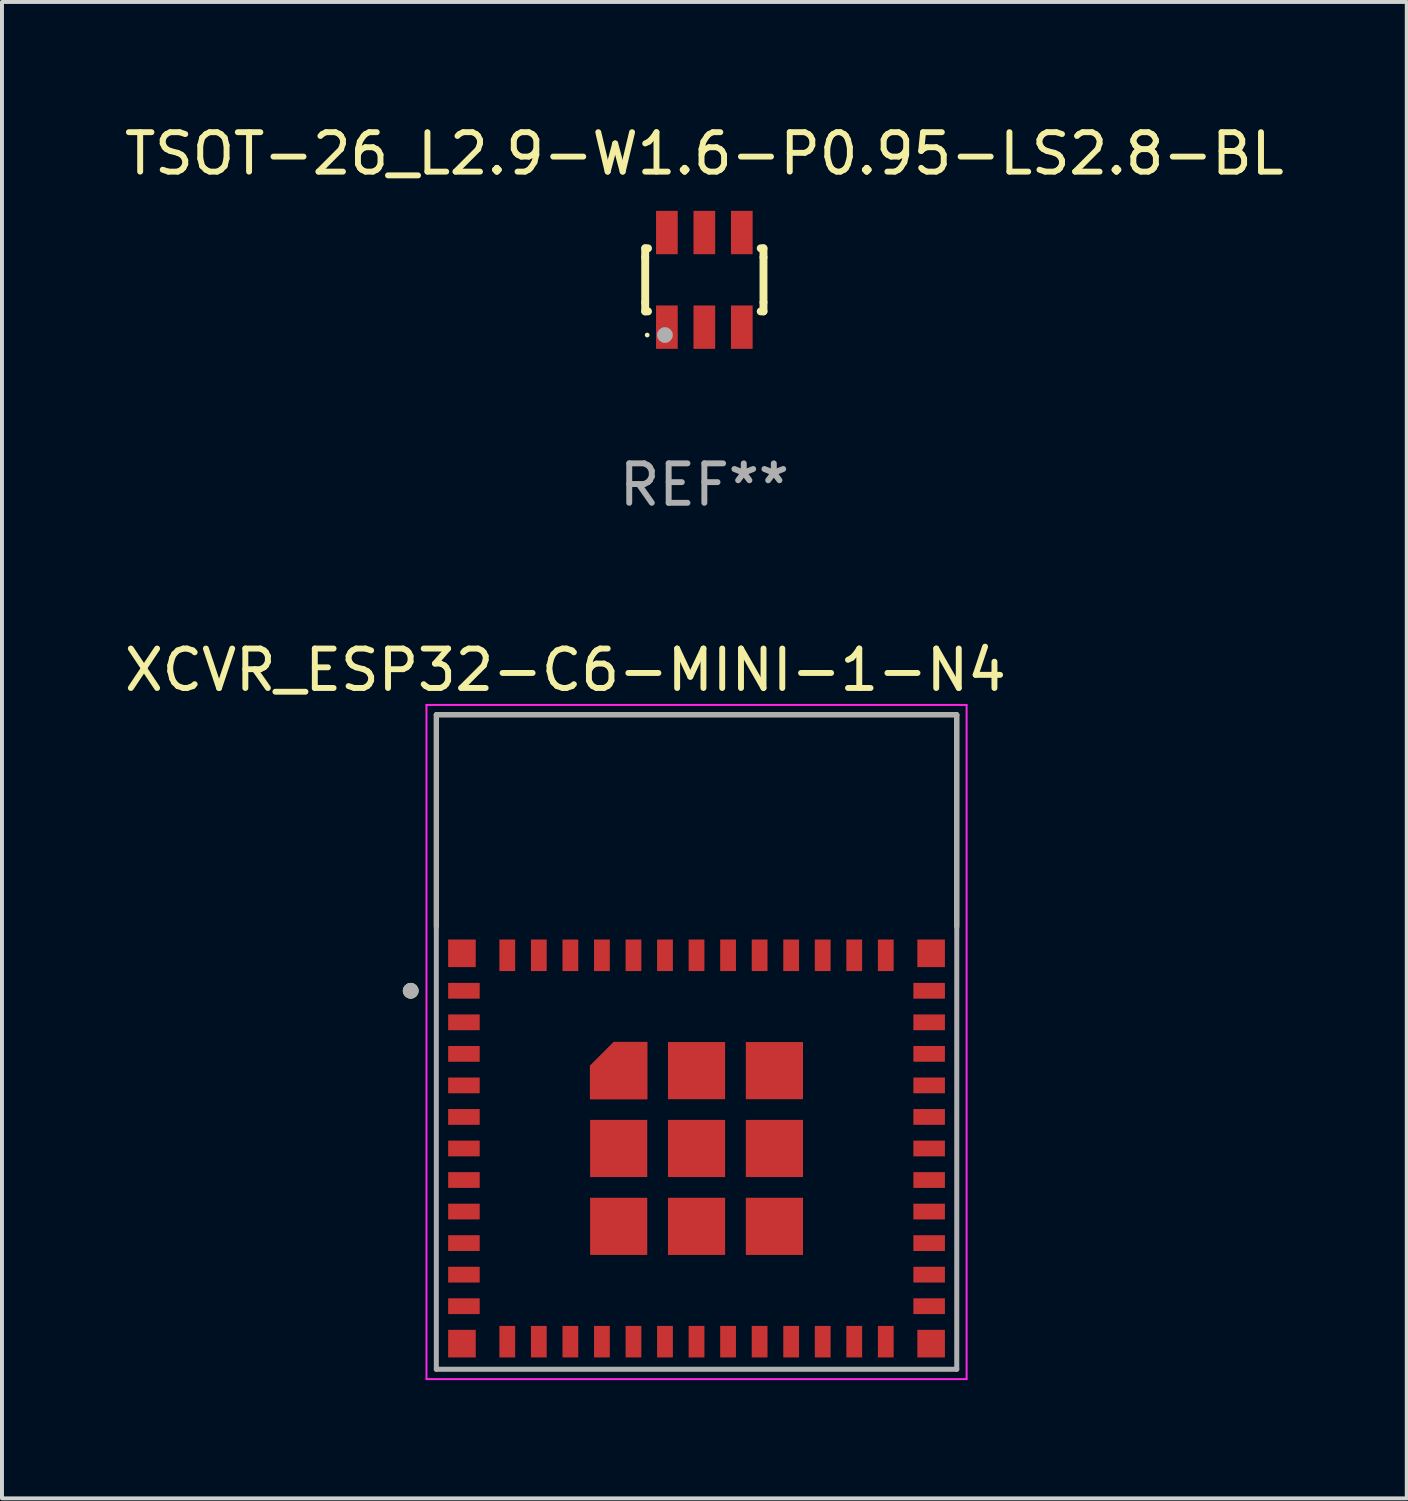
<source format=kicad_pcb>
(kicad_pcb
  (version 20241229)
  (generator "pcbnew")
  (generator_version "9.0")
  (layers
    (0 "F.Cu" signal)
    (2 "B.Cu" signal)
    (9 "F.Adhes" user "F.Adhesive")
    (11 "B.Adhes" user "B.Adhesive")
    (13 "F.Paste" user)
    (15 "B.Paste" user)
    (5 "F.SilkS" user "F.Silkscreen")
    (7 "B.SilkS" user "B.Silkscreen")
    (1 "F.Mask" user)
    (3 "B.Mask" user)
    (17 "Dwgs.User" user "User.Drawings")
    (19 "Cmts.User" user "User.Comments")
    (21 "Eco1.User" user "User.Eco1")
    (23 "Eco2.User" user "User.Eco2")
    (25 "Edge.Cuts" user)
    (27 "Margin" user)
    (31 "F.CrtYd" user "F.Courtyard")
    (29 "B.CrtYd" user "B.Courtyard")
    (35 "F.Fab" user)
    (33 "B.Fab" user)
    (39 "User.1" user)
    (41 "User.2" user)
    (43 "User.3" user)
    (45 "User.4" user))
  (footprint "XCVR_ESP32-C6-MINI-1-N4"
    (layer "F.Cu")
    (at 14.617 26.08)
    (property "Reference" "XCVR_ESP32-C6-MINI-1-N4" (at -3.325 -12.135 0) (layer "F.SilkS") (effects (font (size 1 1) (thickness 0.15))))
    (attr smd)
    (fp_poly (pts (xy -2.8 -1.15) (xy -1.15 -1.15) (xy -1.15 -2.8) (xy -2.15 -2.8) (xy -2.8 -2.15)) (stroke (width 0.01) (type solid)) (fill yes) (layer "F.Mask"))
    (fp_line (start -6.6 -11) (end 6.6 -11) (stroke (width 0.127) (type solid)) (layer "F.SilkS"))
    (fp_line (start -6.6 -5.62) (end -6.6 -11) (stroke (width 0.127) (type solid)) (layer "F.SilkS"))
    (fp_line (start 6.6 -11) (end 6.6 -5.62) (stroke (width 0.127) (type solid)) (layer "F.SilkS"))
    (fp_circle (center -7.25 -4) (end -7.15 -4) (stroke (width 0.2) (type solid)) (fill no) (layer "F.SilkS"))
    (fp_poly (pts (xy -2.7 -1.25) (xy -1.25 -1.25) (xy -1.25 -2.7) (xy -2.1 -2.7) (xy -2.7 -2.1)) (stroke (width 0.01) (type solid)) (fill yes) (layer "F.Paste"))
    (fp_line (start -6.85 -11.25) (end -6.85 5.85) (stroke (width 0.05) (type solid)) (layer "F.CrtYd"))
    (fp_line (start -6.85 5.85) (end 6.85 5.85) (stroke (width 0.05) (type solid)) (layer "F.CrtYd"))
    (fp_line (start 6.85 -11.25) (end -6.85 -11.25) (stroke (width 0.05) (type solid)) (layer "F.CrtYd"))
    (fp_line (start 6.85 5.85) (end 6.85 -11.25) (stroke (width 0.05) (type solid)) (layer "F.CrtYd"))
    (fp_line (start -6.6 -11) (end 6.6 -11) (stroke (width 0.127) (type solid)) (layer "F.Fab"))
    (fp_line (start -6.6 5.6) (end -6.6 -11) (stroke (width 0.127) (type solid)) (layer "F.Fab"))
    (fp_line (start 6.6 -11) (end 6.6 5.6) (stroke (width 0.127) (type solid)) (layer "F.Fab"))
    (fp_line (start 6.6 5.6) (end -6.6 5.6) (stroke (width 0.127) (type solid)) (layer "F.Fab"))
    (fp_circle (center -7.25 -4) (end -7.15 -4) (stroke (width 0.2) (type solid)) (fill no) (layer "F.Fab"))
    (pad "1" smd rect (at -5.9 -4) (size 0.8 0.4) (layers "F.Cu" "F.Mask" "F.Paste"))
    (pad "2" smd rect (at -5.9 -3.2) (size 0.8 0.4) (layers "F.Cu" "F.Mask" "F.Paste"))
    (pad "3" smd rect (at -5.9 -2.4) (size 0.8 0.4) (layers "F.Cu" "F.Mask" "F.Paste"))
    (pad "4" smd rect (at -5.9 -1.6) (size 0.8 0.4) (layers "F.Cu" "F.Mask" "F.Paste"))
    (pad "5" smd rect (at -5.9 -0.8) (size 0.8 0.4) (layers "F.Cu" "F.Mask" "F.Paste"))
    (pad "6" smd rect (at -5.9 0) (size 0.8 0.4) (layers "F.Cu" "F.Mask" "F.Paste"))
    (pad "7" smd rect (at -5.9 0.8) (size 0.8 0.4) (layers "F.Cu" "F.Mask" "F.Paste"))
    (pad "8" smd rect (at -5.9 1.6) (size 0.8 0.4) (layers "F.Cu" "F.Mask" "F.Paste"))
    (pad "9" smd rect (at -5.9 2.4) (size 0.8 0.4) (layers "F.Cu" "F.Mask" "F.Paste"))
    (pad "10" smd rect (at -5.9 3.2) (size 0.8 0.4) (layers "F.Cu" "F.Mask" "F.Paste"))
    (pad "11" smd rect (at -5.9 4) (size 0.8 0.4) (layers "F.Cu" "F.Mask" "F.Paste"))
    (pad "12" smd rect (at -4.8 4.9) (size 0.4 0.8) (layers "F.Cu" "F.Mask" "F.Paste"))
    (pad "13" smd rect (at -4 4.9) (size 0.4 0.8) (layers "F.Cu" "F.Mask" "F.Paste"))
    (pad "14" smd rect (at -3.2 4.9) (size 0.4 0.8) (layers "F.Cu" "F.Mask" "F.Paste"))
    (pad "15" smd rect (at -2.4 4.9) (size 0.4 0.8) (layers "F.Cu" "F.Mask" "F.Paste"))
    (pad "16" smd rect (at -1.6 4.9) (size 0.4 0.8) (layers "F.Cu" "F.Mask" "F.Paste"))
    (pad "17" smd rect (at -0.8 4.9) (size 0.4 0.8) (layers "F.Cu" "F.Mask" "F.Paste"))
    (pad "18" smd rect (at 0 4.9) (size 0.4 0.8) (layers "F.Cu" "F.Mask" "F.Paste"))
    (pad "19" smd rect (at 0.8 4.9) (size 0.4 0.8) (layers "F.Cu" "F.Mask" "F.Paste"))
    (pad "20" smd rect (at 1.6 4.9) (size 0.4 0.8) (layers "F.Cu" "F.Mask" "F.Paste"))
    (pad "21" smd rect (at 2.4 4.9) (size 0.4 0.8) (layers "F.Cu" "F.Mask" "F.Paste"))
    (pad "22" smd rect (at 3.2 4.9) (size 0.4 0.8) (layers "F.Cu" "F.Mask" "F.Paste"))
    (pad "23" smd rect (at 4 4.9) (size 0.4 0.8) (layers "F.Cu" "F.Mask" "F.Paste"))
    (pad "24" smd rect (at 4.8 4.9) (size 0.4 0.8) (layers "F.Cu" "F.Mask" "F.Paste"))
    (pad "25" smd rect (at 5.9 4) (size 0.8 0.4) (layers "F.Cu" "F.Mask" "F.Paste"))
    (pad "26" smd rect (at 5.9 3.2) (size 0.8 0.4) (layers "F.Cu" "F.Mask" "F.Paste"))
    (pad "27" smd rect (at 5.9 2.4) (size 0.8 0.4) (layers "F.Cu" "F.Mask" "F.Paste"))
    (pad "28" smd rect (at 5.9 1.6) (size 0.8 0.4) (layers "F.Cu" "F.Mask" "F.Paste"))
    (pad "29" smd rect (at 5.9 0.8) (size 0.8 0.4) (layers "F.Cu" "F.Mask" "F.Paste"))
    (pad "30" smd rect (at 5.9 0) (size 0.8 0.4) (layers "F.Cu" "F.Mask" "F.Paste"))
    (pad "31" smd rect (at 5.9 -0.8) (size 0.8 0.4) (layers "F.Cu" "F.Mask" "F.Paste"))
    (pad "32" smd rect (at 5.9 -1.6) (size 0.8 0.4) (layers "F.Cu" "F.Mask" "F.Paste"))
    (pad "33" smd rect (at 5.9 -2.4) (size 0.8 0.4) (layers "F.Cu" "F.Mask" "F.Paste"))
    (pad "34" smd rect (at 5.9 -3.2) (size 0.8 0.4) (layers "F.Cu" "F.Mask" "F.Paste"))
    (pad "35" smd rect (at 5.9 -4) (size 0.8 0.4) (layers "F.Cu" "F.Mask" "F.Paste"))
    (pad "36" smd rect (at 4.8 -4.9) (size 0.4 0.8) (layers "F.Cu" "F.Mask" "F.Paste"))
    (pad "37" smd rect (at 4 -4.9) (size 0.4 0.8) (layers "F.Cu" "F.Mask" "F.Paste"))
    (pad "38" smd rect (at 3.2 -4.9) (size 0.4 0.8) (layers "F.Cu" "F.Mask" "F.Paste"))
    (pad "39" smd rect (at 2.4 -4.9) (size 0.4 0.8) (layers "F.Cu" "F.Mask" "F.Paste"))
    (pad "40" smd rect (at 1.6 -4.9) (size 0.4 0.8) (layers "F.Cu" "F.Mask" "F.Paste"))
    (pad "41" smd rect (at 0.8 -4.9) (size 0.4 0.8) (layers "F.Cu" "F.Mask" "F.Paste"))
    (pad "42" smd rect (at 0 -4.9) (size 0.4 0.8) (layers "F.Cu" "F.Mask" "F.Paste"))
    (pad "43" smd rect (at -0.8 -4.9) (size 0.4 0.8) (layers "F.Cu" "F.Mask" "F.Paste"))
    (pad "44" smd rect (at -1.6 -4.9) (size 0.4 0.8) (layers "F.Cu" "F.Mask" "F.Paste"))
    (pad "45" smd rect (at -2.4 -4.9) (size 0.4 0.8) (layers "F.Cu" "F.Mask" "F.Paste"))
    (pad "46" smd rect (at -3.2 -4.9) (size 0.4 0.8) (layers "F.Cu" "F.Mask" "F.Paste"))
    (pad "47" smd rect (at -4 -4.9) (size 0.4 0.8) (layers "F.Cu" "F.Mask" "F.Paste"))
    (pad "48" smd rect (at -4.8 -4.9) (size 0.4 0.8) (layers "F.Cu" "F.Mask" "F.Paste"))
    (pad "49_1" smd custom (at -1.975 -1.975) (size 0.4 0.4) (layers "F.Cu") (options (anchor rect)) (primitives (gr_poly (pts (xy -0.725 0.725) (xy 0.725 0.725) (xy 0.725 -0.725) (xy -0.125 -0.725) (xy -0.725 -0.125)) (width 0.01) (fill yes))))
    (pad "49_2" smd rect (at 0 -1.975) (size 1.45 1.45) (layers "F.Cu" "F.Mask" "F.Paste"))
    (pad "49_3" smd rect (at 1.975 -1.975) (size 1.45 1.45) (layers "F.Cu" "F.Mask" "F.Paste"))
    (pad "49_4" smd rect (at -1.975 0) (size 1.45 1.45) (layers "F.Cu" "F.Mask" "F.Paste"))
    (pad "49_5" smd rect (at 0 0) (size 1.45 1.45) (layers "F.Cu" "F.Mask" "F.Paste"))
    (pad "49_6" smd rect (at 1.975 0) (size 1.45 1.45) (layers "F.Cu" "F.Mask" "F.Paste"))
    (pad "49_7" smd rect (at -1.975 1.975) (size 1.45 1.45) (layers "F.Cu" "F.Mask" "F.Paste"))
    (pad "49_8" smd rect (at 0 1.975) (size 1.45 1.45) (layers "F.Cu" "F.Mask" "F.Paste"))
    (pad "49_9" smd rect (at 1.975 1.975) (size 1.45 1.45) (layers "F.Cu" "F.Mask" "F.Paste"))
    (pad "50" smd rect (at 5.95 -4.95) (size 0.7 0.7) (layers "F.Cu" "F.Mask" "F.Paste"))
    (pad "51" smd rect (at 5.95 4.95) (size 0.7 0.7) (layers "F.Cu" "F.Mask" "F.Paste"))
    (pad "52" smd rect (at -5.95 4.95) (size 0.7 0.7) (layers "F.Cu" "F.Mask" "F.Paste"))
    (pad "53" smd rect (at -5.95 -4.95) (size 0.7 0.7) (layers "F.Cu" "F.Mask" "F.Paste"))
    (zone (net_name "") (layer "F.Cu") (hatch full 0.508) (connect_pads) (min_thickness 0.01) (filled_areas_thickness no) (keepout (tracks not_allowed) (vias not_allowed) (pads not_allowed) (copperpour not_allowed) (footprints allowed)) (placement (enabled no)) (fill) (polygon (pts (xy 8.017 15.08) (xy 21.217 15.08) (xy 21.217 20.48) (xy 8.017 20.48))))
    (zone (net_name "") (layers "F.Cu" "B.Cu") (hatch full 0.508) (connect_pads) (min_thickness 0.01) (filled_areas_thickness no) (keepout (tracks allowed) (vias not_allowed) (pads allowed) (copperpour allowed) (footprints allowed)) (placement (enabled no)) (fill) (polygon (pts (xy 8.017 15.08) (xy 21.217 15.08) (xy 21.217 20.48) (xy 8.017 20.48)))))
  (footprint "TSOT-26_L2.9-W1.6-P0.95-LS2.8-BL"
    (layer "F.Cu")
    (at 14.815 4.048)
    (property "Reference" "TSOT-26_L2.9-W1.6-P0.95-LS2.8-BL" (at 0 -3.2 0) (layer "F.SilkS") (effects (font (size 1 1) (thickness 0.15))))
    (attr smd)
    (fp_line (start -1.5 -0.8) (end -1.429 -0.8) (stroke (width 0.2) (type solid)) (layer "F.SilkS"))
    (fp_line (start -1.5 -0.572) (end -1.5 -0.8) (stroke (width 0.2) (type solid)) (layer "F.SilkS"))
    (fp_line (start -1.5 0.572) (end -1.5 -0.572) (stroke (width 0.2) (type solid)) (layer "F.SilkS"))
    (fp_line (start -1.5 0.572) (end -1.5 0.8) (stroke (width 0.2) (type solid)) (layer "F.SilkS"))
    (fp_line (start -1.5 0.8) (end -1.429 0.8) (stroke (width 0.2) (type solid)) (layer "F.SilkS"))
    (fp_line (start 1.5 -0.8) (end 1.429 -0.8) (stroke (width 0.2) (type solid)) (layer "F.SilkS"))
    (fp_line (start 1.5 -0.572) (end 1.5 -0.8) (stroke (width 0.2) (type solid)) (layer "F.SilkS"))
    (fp_line (start 1.5 -0.572) (end 1.5 0.572) (stroke (width 0.2) (type solid)) (layer "F.SilkS"))
    (fp_line (start 1.5 0.572) (end 1.5 0.8) (stroke (width 0.2) (type solid)) (layer "F.SilkS"))
    (fp_line (start 1.5 0.8) (end 1.429 0.8) (stroke (width 0.2) (type solid)) (layer "F.SilkS"))
    (fp_circle (center -1.45 1.4) (end -1.42 1.4) (stroke (width 0.06) (type solid)) (fill no) (layer "F.SilkS"))
    (fp_circle (center -1 1.4) (end -0.9 1.4) (stroke (width 0.2) (type solid)) (fill no) (layer "F.Fab"))
    (fp_text user "REF**" (at 0 5.2 0) (layer "F.Fab") (effects (font (size 1 1) (thickness 0.15))))
    (pad "1" smd rect (at -0.95 1.2 180) (size 0.55 1.1) (layers "F.Cu" "F.Mask" "F.Paste"))
    (pad "2" smd rect (at 0 1.2 180) (size 0.55 1.1) (layers "F.Cu" "F.Mask" "F.Paste"))
    (pad "3" smd rect (at 0.95 1.2 180) (size 0.55 1.1) (layers "F.Cu" "F.Mask" "F.Paste"))
    (pad "4" smd rect (at 0.95 -1.2 180) (size 0.55 1.1) (layers "F.Cu" "F.Mask" "F.Paste"))
    (pad "5" smd rect (at 0 -1.2 180) (size 0.55 1.1) (layers "F.Cu" "F.Mask" "F.Paste"))
    (pad "6" smd rect (at -0.95 -1.2 180) (size 0.55 1.1) (layers "F.Cu" "F.Mask" "F.Paste")))
  (gr_rect
    (start -3 -3)
    (end 32.631 34.955)
    (stroke (width 0.1) (type default))
    (fill no)
    (layer "Edge.Cuts")))
</source>
